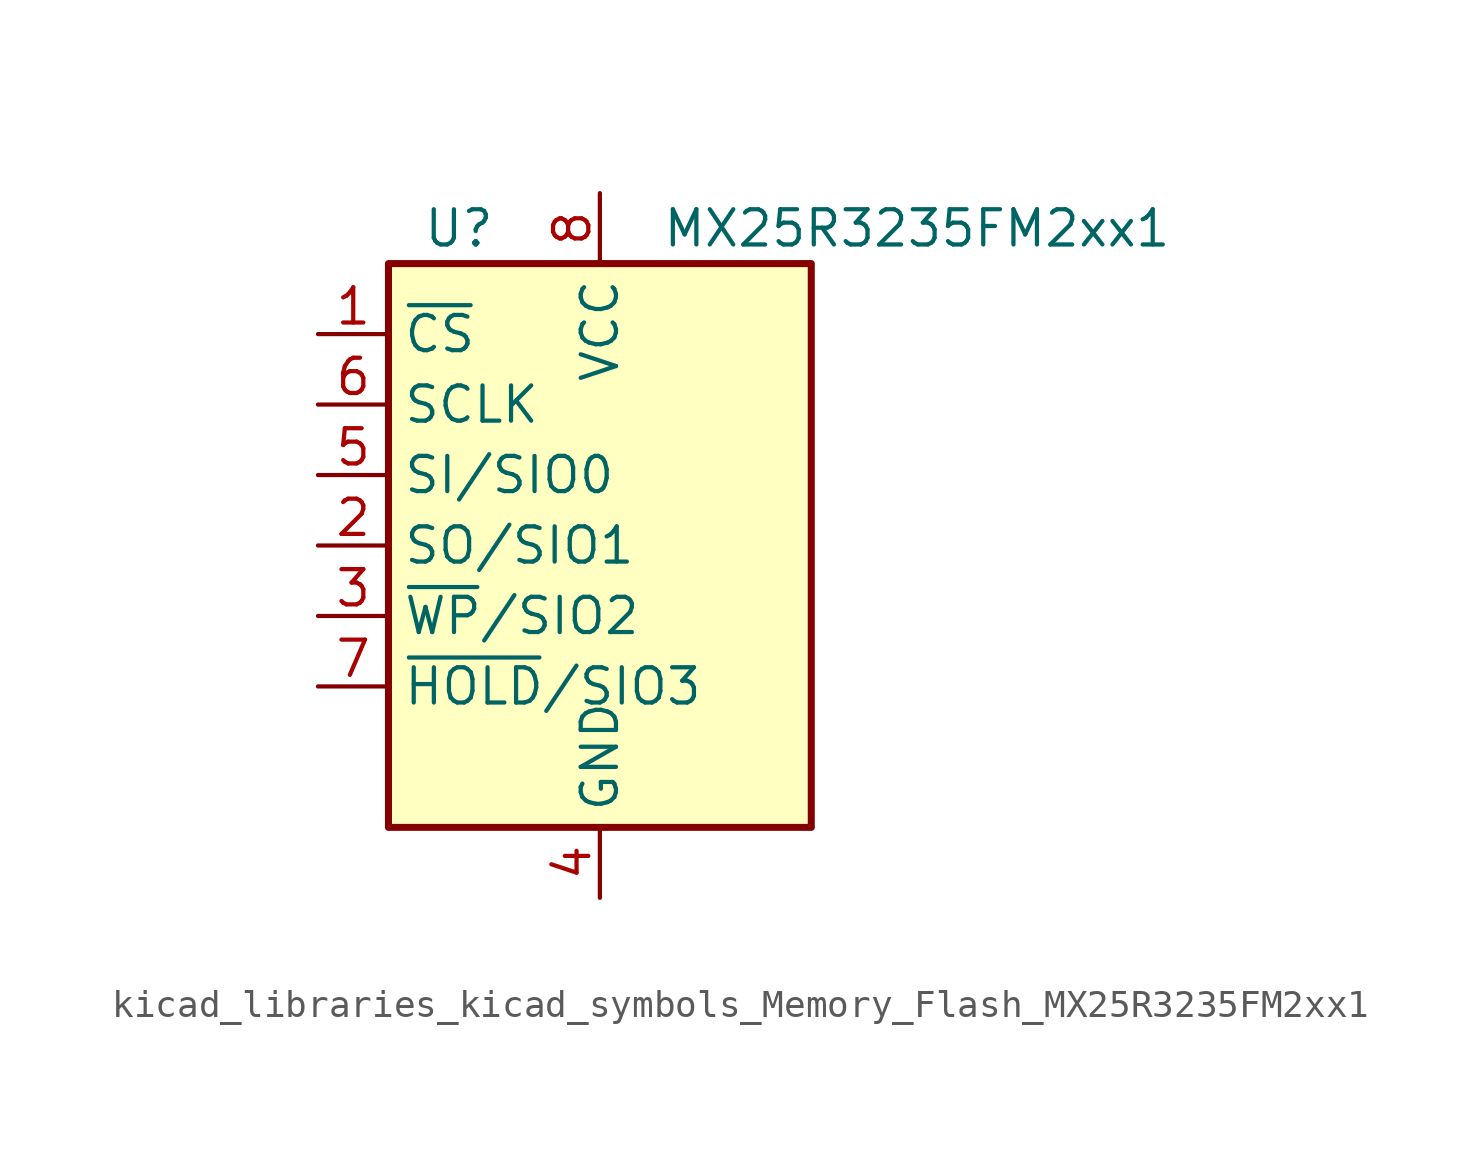
<source format=kicad_sym>
(kicad_symbol_lib
  (version 20220914)
  (generator kicad_symbol_editor)
  (symbol "kicad_libraries_kicad_symbols_Memory_Flash_MX25R3235FM2xx1"
    (property "Reference" "U"
      (at -5.08 11.43 0)
      (effects (font (size 1.27 1.27))))
    (property "Value" "MX25R3235FM2xx1"
      (at 11.43 11.43 0)
      (effects (font (size 1.27 1.27))))
    (symbol "kicad_libraries_kicad_symbols_Memory_Flash_MX25R3235FM2xx1_0_1"
      (rectangle (start -7.62 10.16) (end 7.62 -10.16) (stroke (width 0.254) (type default)) (fill (type background))))
    (symbol "kicad_libraries_kicad_symbols_Memory_Flash_MX25R3235FM2xx1_1_1"
      (pin input line (at -10.16 7.62 0) (length 2.54) (name "~{CS}" (effects (font (size 1.27 1.27)))) (number "1" (effects (font (size 1.27 1.27)))))
      (pin bidirectional line (at -10.16 0 0) (length 2.54) (name "SO/SIO1" (effects (font (size 1.27 1.27)))) (number "2" (effects (font (size 1.27 1.27)))))
      (pin bidirectional line (at -10.16 -2.54 0) (length 2.54) (name "~{WP}/SIO2" (effects (font (size 1.27 1.27)))) (number "3" (effects (font (size 1.27 1.27)))))
      (pin power_in line (at 0 -12.7 90) (length 2.54) (name "GND" (effects (font (size 1.27 1.27)))) (number "4" (effects (font (size 1.27 1.27)))))
      (pin bidirectional line (at -10.16 2.54 0) (length 2.54) (name "SI/SIO0" (effects (font (size 1.27 1.27)))) (number "5" (effects (font (size 1.27 1.27)))))
      (pin input line (at -10.16 5.08 0) (length 2.54) (name "SCLK" (effects (font (size 1.27 1.27)))) (number "6" (effects (font (size 1.27 1.27)))))
      (pin bidirectional line (at -10.16 -5.08 0) (length 2.54) (name "~{HOLD}/SIO3" (effects (font (size 1.27 1.27)))) (number "7" (effects (font (size 1.27 1.27)))))
      (pin power_in line (at 0 12.7 270) (length 2.54) (name "VCC" (effects (font (size 1.27 1.27)))) (number "8" (effects (font (size 1.27 1.27))))))))
</source>
